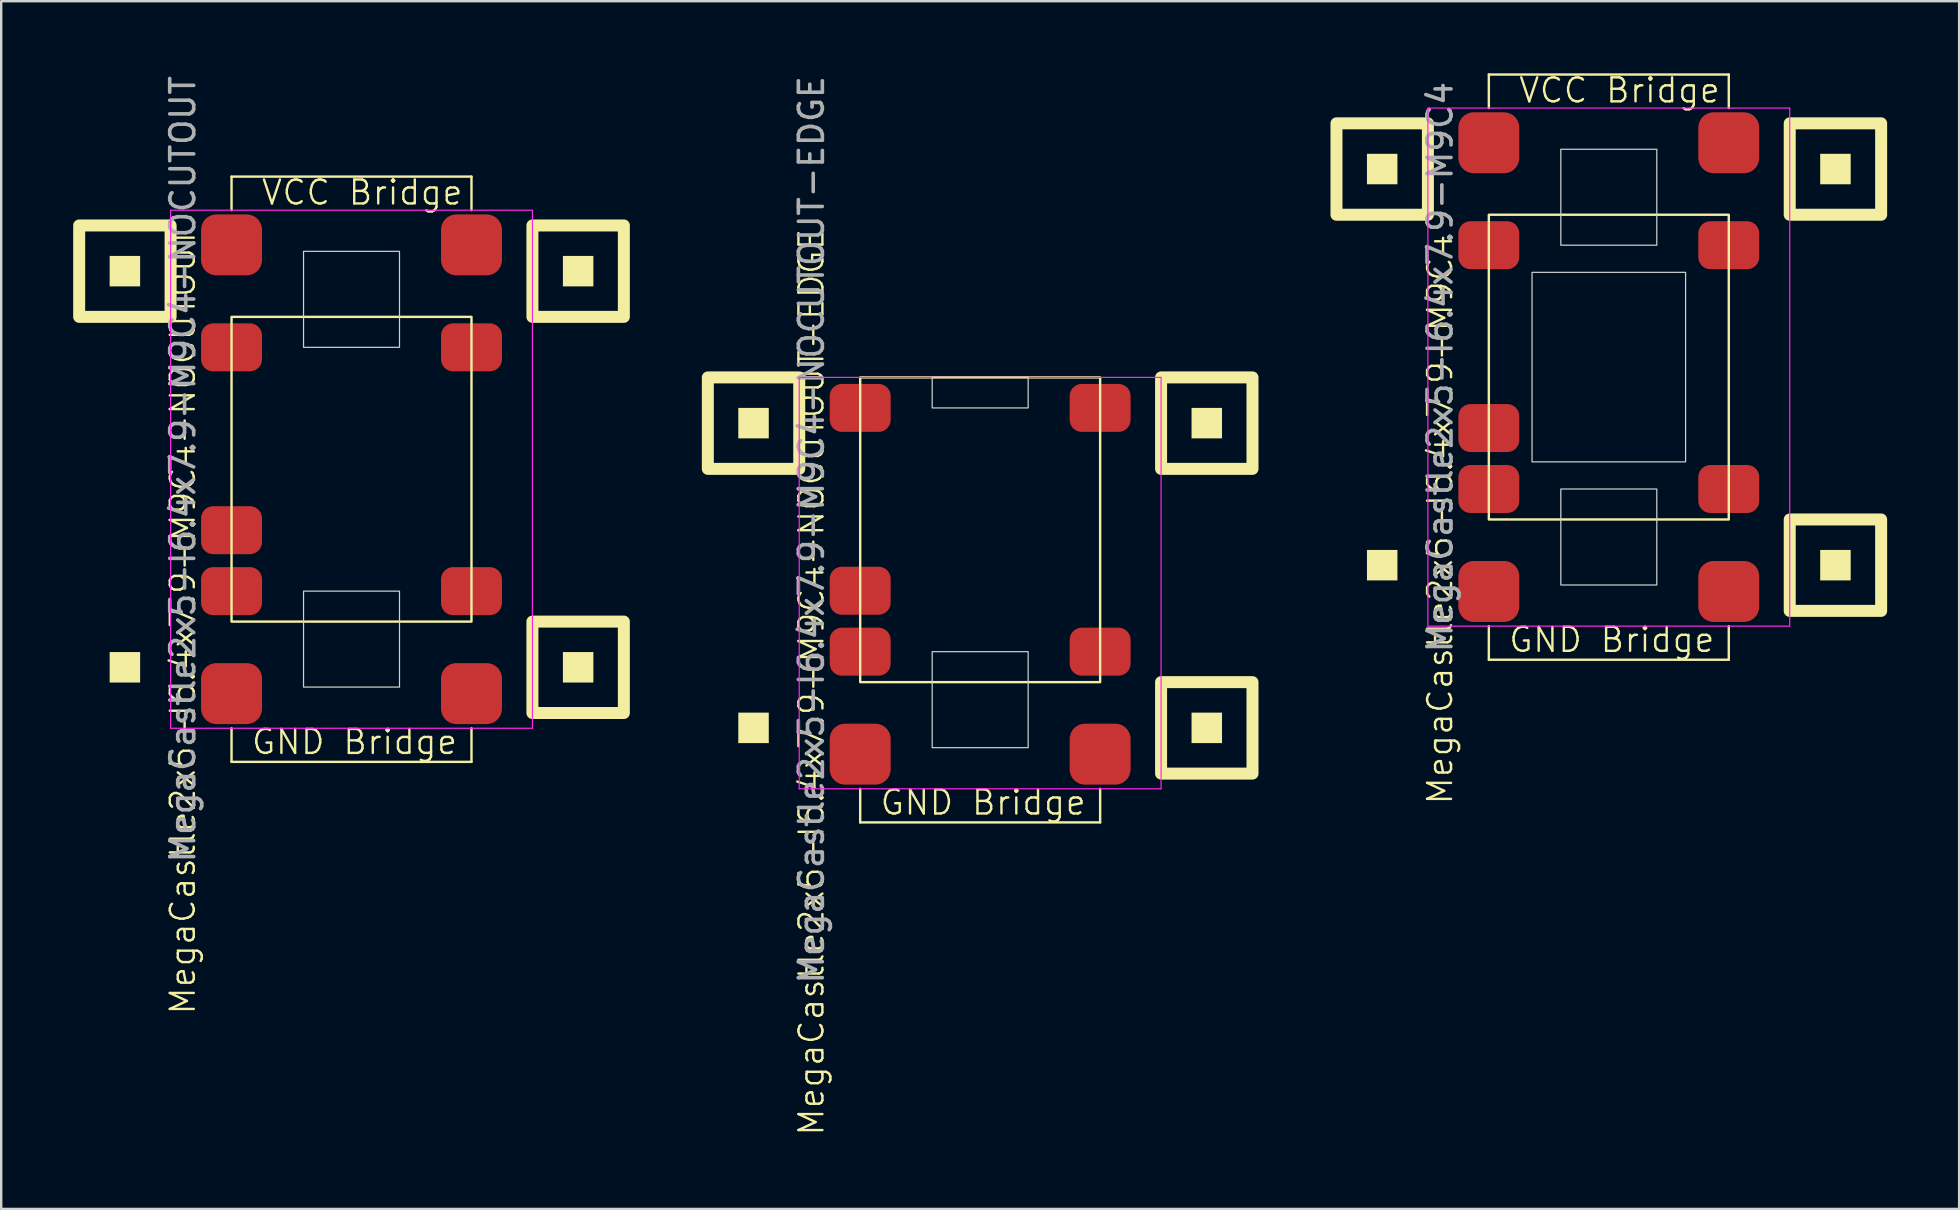
<source format=kicad_pcb>
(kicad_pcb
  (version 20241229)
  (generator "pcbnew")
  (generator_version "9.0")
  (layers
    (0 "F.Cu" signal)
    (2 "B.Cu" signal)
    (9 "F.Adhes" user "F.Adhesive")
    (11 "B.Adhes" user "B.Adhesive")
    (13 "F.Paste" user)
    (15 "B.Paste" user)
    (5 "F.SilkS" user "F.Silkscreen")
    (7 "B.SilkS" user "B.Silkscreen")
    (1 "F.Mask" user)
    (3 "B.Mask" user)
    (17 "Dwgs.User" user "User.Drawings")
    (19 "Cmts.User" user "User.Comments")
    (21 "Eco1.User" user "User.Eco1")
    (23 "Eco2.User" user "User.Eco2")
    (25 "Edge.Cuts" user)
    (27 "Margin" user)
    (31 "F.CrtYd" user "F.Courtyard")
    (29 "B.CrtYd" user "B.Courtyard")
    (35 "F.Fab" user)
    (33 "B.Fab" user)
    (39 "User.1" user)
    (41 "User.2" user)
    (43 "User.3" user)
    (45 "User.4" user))
  (footprint "MegaCastle2x5-I6.4x7.9-M9C4-NOCUTOUT-EDGE"
    (layer "F.Cu")
    (at 37.8 19.03)
    (property "Reference" "MegaCastle2x5-I6.4x7.9-M9C4-NOCUTOUT-EDGE" (at -7.032 6.35 90) (unlocked yes) (layer "F.SilkS") (effects (font (size 1 1) (thickness 0.1))))
    (attr smd)
    (fp_line (start -5 10.795) (end -5 12.195) (stroke (width 0.1) (type default)) (layer "F.SilkS"))
    (fp_line (start -5 12.195) (end 5 12.195) (stroke (width 0.1) (type default)) (layer "F.SilkS"))
    (fp_line (start 5 10.795) (end 5 12.195) (stroke (width 0.1) (type default)) (layer "F.SilkS"))
    (fp_rect (start -8.81 -3.81) (end -10.08 -5.08) (stroke (width 0) (type solid)) (fill yes) (layer "F.SilkS"))
    (fp_rect (start -8.81 8.89) (end -10.08 7.62) (stroke (width 0) (type solid)) (fill yes) (layer "F.SilkS"))
    (fp_rect (start -7.54 -2.54) (end -11.35 -6.35) (stroke (width 0.5) (type default)) (fill no) (layer "F.SilkS"))
    (fp_rect (start -5 -6.35) (end 5 6.35) (stroke (width 0.1) (type default)) (fill no) (layer "F.SilkS"))
    (fp_rect (start 10.08 -3.81) (end 8.81 -5.08) (stroke (width 0) (type solid)) (fill yes) (layer "F.SilkS"))
    (fp_rect (start 10.08 8.89) (end 8.81 7.62) (stroke (width 0) (type solid)) (fill yes) (layer "F.SilkS"))
    (fp_rect (start 11.35 -2.54) (end 7.54 -6.35) (stroke (width 0.5) (type default)) (fill no) (layer "F.SilkS"))
    (fp_rect (start 11.35 10.16) (end 7.54 6.35) (stroke (width 0.5) (type default)) (fill no) (layer "F.SilkS"))
    (fp_rect (start -2 -5.08) (end 2 -6.35) (stroke (width 0.05) (type default)) (fill no) (layer "Edge.Cuts"))
    (fp_rect (start -2 5.08) (end 2 9.08) (stroke (width 0.05) (type default)) (fill no) (layer "Edge.Cuts"))
    (fp_line (start -7.54 -6.35) (end -7.54 10.795) (stroke (width 0.05) (type default)) (layer "F.CrtYd"))
    (fp_line (start -7.54 10.795) (end 7.54 10.795) (stroke (width 0.05) (type default)) (layer "F.CrtYd"))
    (fp_line (start 7.54 -6.35) (end -7.54 -6.35) (stroke (width 0.05) (type default)) (layer "F.CrtYd"))
    (fp_line (start 7.54 -6.35) (end 7.54 10.795) (stroke (width 0.05) (type default)) (layer "F.CrtYd"))
    (fp_text user "GND Bridge" (at -4.226 11.95 0) (unlocked yes) (layer "F.SilkS") (effects (font (size 1 1) (thickness 0.1)) (justify left bottom)))
    (fp_text user "${REFERENCE}" (at -7.032 0 90) (unlocked yes) (layer "F.Fab") (effects (font (size 1 1) (thickness 0.15))))
    (pad "1" smd roundrect (at -5 -5.08) (size 2.54 2) (layers "F.Cu" "F.Mask" "F.Paste") (roundrect_rratio 0.25))
    (pad "4" smd roundrect (at -5 2.54) (size 2.54 2) (layers "F.Cu" "F.Mask" "F.Paste") (roundrect_rratio 0.25))
    (pad "5" smd roundrect (at -5 5.08) (size 2.54 2) (layers "F.Cu" "F.Mask" "F.Paste") (roundrect_rratio 0.25))
    (pad "6" smd roundrect (at 5 -5.08) (size 2.54 2) (layers "F.Cu" "F.Mask" "F.Paste") (roundrect_rratio 0.25))
    (pad "10" smd roundrect (at 5 5.08) (size 2.54 2) (layers "F.Cu" "F.Mask" "F.Paste") (roundrect_rratio 0.25))
    (pad "B1" smd roundrect (at -5 9.35) (size 2.54 2.54) (layers "F.Cu" "F.Mask" "F.Paste") (roundrect_rratio 0.25))
    (pad "B2" smd roundrect (at 5 9.35) (size 2.54 2.54) (layers "F.Cu" "F.Mask" "F.Paste") (roundrect_rratio 0.25)))
  (footprint "MegaCastle2x5-I6.4x7.9-M9C4"
    (layer "F.Cu")
    (at 64 12.25)
    (property "Reference" "MegaCastle2x5-I6.4x7.9-M9C4" (at -7.032 6.35 90) (unlocked yes) (layer "F.SilkS") (effects (font (size 1 1) (thickness 0.1))))
    (attr smd)
    (fp_line (start -5 -12.195) (end 5 -12.195) (stroke (width 0.1) (type default)) (layer "F.SilkS"))
    (fp_line (start -5 -10.795) (end -5 -12.195) (stroke (width 0.1) (type default)) (layer "F.SilkS"))
    (fp_line (start -5 10.795) (end -5 12.195) (stroke (width 0.1) (type default)) (layer "F.SilkS"))
    (fp_line (start -5 12.195) (end 5 12.195) (stroke (width 0.1) (type default)) (layer "F.SilkS"))
    (fp_line (start 5 -10.795) (end 5 -12.195) (stroke (width 0.1) (type default)) (layer "F.SilkS"))
    (fp_line (start 5 10.795) (end 5 12.195) (stroke (width 0.1) (type default)) (layer "F.SilkS"))
    (fp_rect (start -8.81 -7.62) (end -10.08 -8.89) (stroke (width 0) (type solid)) (fill yes) (layer "F.SilkS"))
    (fp_rect (start -8.81 8.89) (end -10.08 7.62) (stroke (width 0) (type solid)) (fill yes) (layer "F.SilkS"))
    (fp_rect (start -7.54 -6.35) (end -11.35 -10.16) (stroke (width 0.5) (type default)) (fill no) (layer "F.SilkS"))
    (fp_rect (start -5 -6.35) (end 5 6.35) (stroke (width 0.1) (type default)) (fill no) (layer "F.SilkS"))
    (fp_rect (start 10.08 -7.62) (end 8.81 -8.89) (stroke (width 0) (type solid)) (fill yes) (layer "F.SilkS"))
    (fp_rect (start 10.08 8.89) (end 8.81 7.62) (stroke (width 0) (type solid)) (fill yes) (layer "F.SilkS"))
    (fp_rect (start 11.35 -6.35) (end 7.54 -10.16) (stroke (width 0.5) (type default)) (fill no) (layer "F.SilkS"))
    (fp_rect (start 11.35 10.16) (end 7.54 6.35) (stroke (width 0.5) (type default)) (fill no) (layer "F.SilkS"))
    (fp_rect (start -3.2 -3.95) (end 3.2 3.95) (stroke (width 0.05) (type default)) (fill no) (layer "Edge.Cuts"))
    (fp_rect (start -2 -5.08) (end 2 -9.08) (stroke (width 0.05) (type default)) (fill no) (layer "Edge.Cuts"))
    (fp_rect (start -2 5.08) (end 2 9.08) (stroke (width 0.05) (type default)) (fill no) (layer "Edge.Cuts"))
    (fp_line (start -7.54 -10.795) (end -7.54 10.795) (stroke (width 0.05) (type default)) (layer "F.CrtYd"))
    (fp_line (start -7.54 10.795) (end 7.54 10.795) (stroke (width 0.05) (type default)) (layer "F.CrtYd"))
    (fp_line (start 7.54 -10.795) (end -7.54 -10.795) (stroke (width 0.05) (type default)) (layer "F.CrtYd"))
    (fp_line (start 7.54 -10.795) (end 7.54 10.795) (stroke (width 0.05) (type default)) (layer "F.CrtYd"))
    (fp_text user "GND Bridge" (at -4.226 11.95 0) (unlocked yes) (layer "F.SilkS") (effects (font (size 1 1) (thickness 0.1)) (justify left bottom)))
    (fp_text user "VCC Bridge" (at -3.81 -10.95 0) (unlocked yes) (layer "F.SilkS") (effects (font (size 1 1) (thickness 0.1)) (justify left bottom)))
    (fp_text user "${REFERENCE}" (at -7.032 0 90) (unlocked yes) (layer "F.Fab") (effects (font (size 1 1) (thickness 0.15))))
    (pad "1" smd roundrect (at -5 -5.08) (size 2.54 2) (layers "F.Cu" "F.Mask" "F.Paste") (roundrect_rratio 0.25))
    (pad "4" smd roundrect (at -5 2.54) (size 2.54 2) (layers "F.Cu" "F.Mask" "F.Paste") (roundrect_rratio 0.25))
    (pad "5" smd roundrect (at -5 5.08) (size 2.54 2) (layers "F.Cu" "F.Mask" "F.Paste") (roundrect_rratio 0.25))
    (pad "6" smd roundrect (at 5 -5.08) (size 2.54 2) (layers "F.Cu" "F.Mask" "F.Paste") (roundrect_rratio 0.25))
    (pad "10" smd roundrect (at 5 5.08) (size 2.54 2) (layers "F.Cu" "F.Mask" "F.Paste") (roundrect_rratio 0.25))
    (pad "A1" smd roundrect (at -5 -9.35) (size 2.54 2.54) (layers "F.Cu" "F.Mask" "F.Paste") (roundrect_rratio 0.25))
    (pad "A2" smd roundrect (at 5 -9.35) (size 2.54 2.54) (layers "F.Cu" "F.Mask" "F.Paste") (roundrect_rratio 0.25))
    (pad "B1" smd roundrect (at -5 9.35) (size 2.54 2.54) (layers "F.Cu" "F.Mask" "F.Paste") (roundrect_rratio 0.25))
    (pad "B2" smd roundrect (at 5 9.35) (size 2.54 2.54) (layers "F.Cu" "F.Mask" "F.Paste") (roundrect_rratio 0.25)))
  (footprint "MegaCastle2x5-I6.4x7.9-M9C4-NOCUTOUT"
    (layer "F.Cu")
    (at 11.6 16.506)
    (property "Reference" "MegaCastle2x5-I6.4x7.9-M9C4-NOCUTOUT" (at -7.032 6.35 90) (unlocked yes) (layer "F.SilkS") (effects (font (size 1 1) (thickness 0.1))))
    (attr smd)
    (fp_line (start -5 -12.195) (end 5 -12.195) (stroke (width 0.1) (type default)) (layer "F.SilkS"))
    (fp_line (start -5 -10.795) (end -5 -12.195) (stroke (width 0.1) (type default)) (layer "F.SilkS"))
    (fp_line (start -5 10.795) (end -5 12.195) (stroke (width 0.1) (type default)) (layer "F.SilkS"))
    (fp_line (start -5 12.195) (end 5 12.195) (stroke (width 0.1) (type default)) (layer "F.SilkS"))
    (fp_line (start 5 -10.795) (end 5 -12.195) (stroke (width 0.1) (type default)) (layer "F.SilkS"))
    (fp_line (start 5 10.795) (end 5 12.195) (stroke (width 0.1) (type default)) (layer "F.SilkS"))
    (fp_rect (start -8.81 -7.62) (end -10.08 -8.89) (stroke (width 0) (type solid)) (fill yes) (layer "F.SilkS"))
    (fp_rect (start -8.81 8.89) (end -10.08 7.62) (stroke (width 0) (type solid)) (fill yes) (layer "F.SilkS"))
    (fp_rect (start -7.54 -6.35) (end -11.35 -10.16) (stroke (width 0.5) (type default)) (fill no) (layer "F.SilkS"))
    (fp_rect (start -5 -6.35) (end 5 6.35) (stroke (width 0.1) (type default)) (fill no) (layer "F.SilkS"))
    (fp_rect (start 10.08 -7.62) (end 8.81 -8.89) (stroke (width 0) (type solid)) (fill yes) (layer "F.SilkS"))
    (fp_rect (start 10.08 8.89) (end 8.81 7.62) (stroke (width 0) (type solid)) (fill yes) (layer "F.SilkS"))
    (fp_rect (start 11.35 -6.35) (end 7.54 -10.16) (stroke (width 0.5) (type default)) (fill no) (layer "F.SilkS"))
    (fp_rect (start 11.35 10.16) (end 7.54 6.35) (stroke (width 0.5) (type default)) (fill no) (layer "F.SilkS"))
    (fp_rect (start -2 -5.08) (end 2 -9.08) (stroke (width 0.05) (type default)) (fill no) (layer "Edge.Cuts"))
    (fp_rect (start -2 5.08) (end 2 9.08) (stroke (width 0.05) (type default)) (fill no) (layer "Edge.Cuts"))
    (fp_line (start -7.54 -10.795) (end -7.54 10.795) (stroke (width 0.05) (type default)) (layer "F.CrtYd"))
    (fp_line (start -7.54 10.795) (end 7.54 10.795) (stroke (width 0.05) (type default)) (layer "F.CrtYd"))
    (fp_line (start 7.54 -10.795) (end -7.54 -10.795) (stroke (width 0.05) (type default)) (layer "F.CrtYd"))
    (fp_line (start 7.54 -10.795) (end 7.54 10.795) (stroke (width 0.05) (type default)) (layer "F.CrtYd"))
    (fp_text user "VCC Bridge" (at -3.81 -10.95 0) (unlocked yes) (layer "F.SilkS") (effects (font (size 1 1) (thickness 0.1)) (justify left bottom)))
    (fp_text user "GND Bridge" (at -4.226 11.95 0) (unlocked yes) (layer "F.SilkS") (effects (font (size 1 1) (thickness 0.1)) (justify left bottom)))
    (fp_text user "${REFERENCE}" (at -7.032 0 90) (unlocked yes) (layer "F.Fab") (effects (font (size 1 1) (thickness 0.15))))
    (pad "1" smd roundrect (at -5 -5.08) (size 2.54 2) (layers "F.Cu" "F.Mask" "F.Paste") (roundrect_rratio 0.25))
    (pad "4" smd roundrect (at -5 2.54) (size 2.54 2) (layers "F.Cu" "F.Mask" "F.Paste") (roundrect_rratio 0.25))
    (pad "5" smd roundrect (at -5 5.08) (size 2.54 2) (layers "F.Cu" "F.Mask" "F.Paste") (roundrect_rratio 0.25))
    (pad "6" smd roundrect (at 5 -5.08) (size 2.54 2) (layers "F.Cu" "F.Mask" "F.Paste") (roundrect_rratio 0.25))
    (pad "10" smd roundrect (at 5 5.08) (size 2.54 2) (layers "F.Cu" "F.Mask" "F.Paste") (roundrect_rratio 0.25))
    (pad "A1" smd roundrect (at -5 -9.35) (size 2.54 2.54) (layers "F.Cu" "F.Mask" "F.Paste") (roundrect_rratio 0.25))
    (pad "A2" smd roundrect (at 5 -9.35) (size 2.54 2.54) (layers "F.Cu" "F.Mask" "F.Paste") (roundrect_rratio 0.25))
    (pad "B1" smd roundrect (at -5 9.35) (size 2.54 2.54) (layers "F.Cu" "F.Mask" "F.Paste") (roundrect_rratio 0.25))
    (pad "B2" smd roundrect (at 5 9.35) (size 2.54 2.54) (layers "F.Cu" "F.Mask" "F.Paste") (roundrect_rratio 0.25)))
  (gr_rect
    (start -3 -3)
    (end 78.6 47.335)
    (stroke (width 0.1) (type default))
    (fill no)
    (layer "Edge.Cuts")))
</source>
